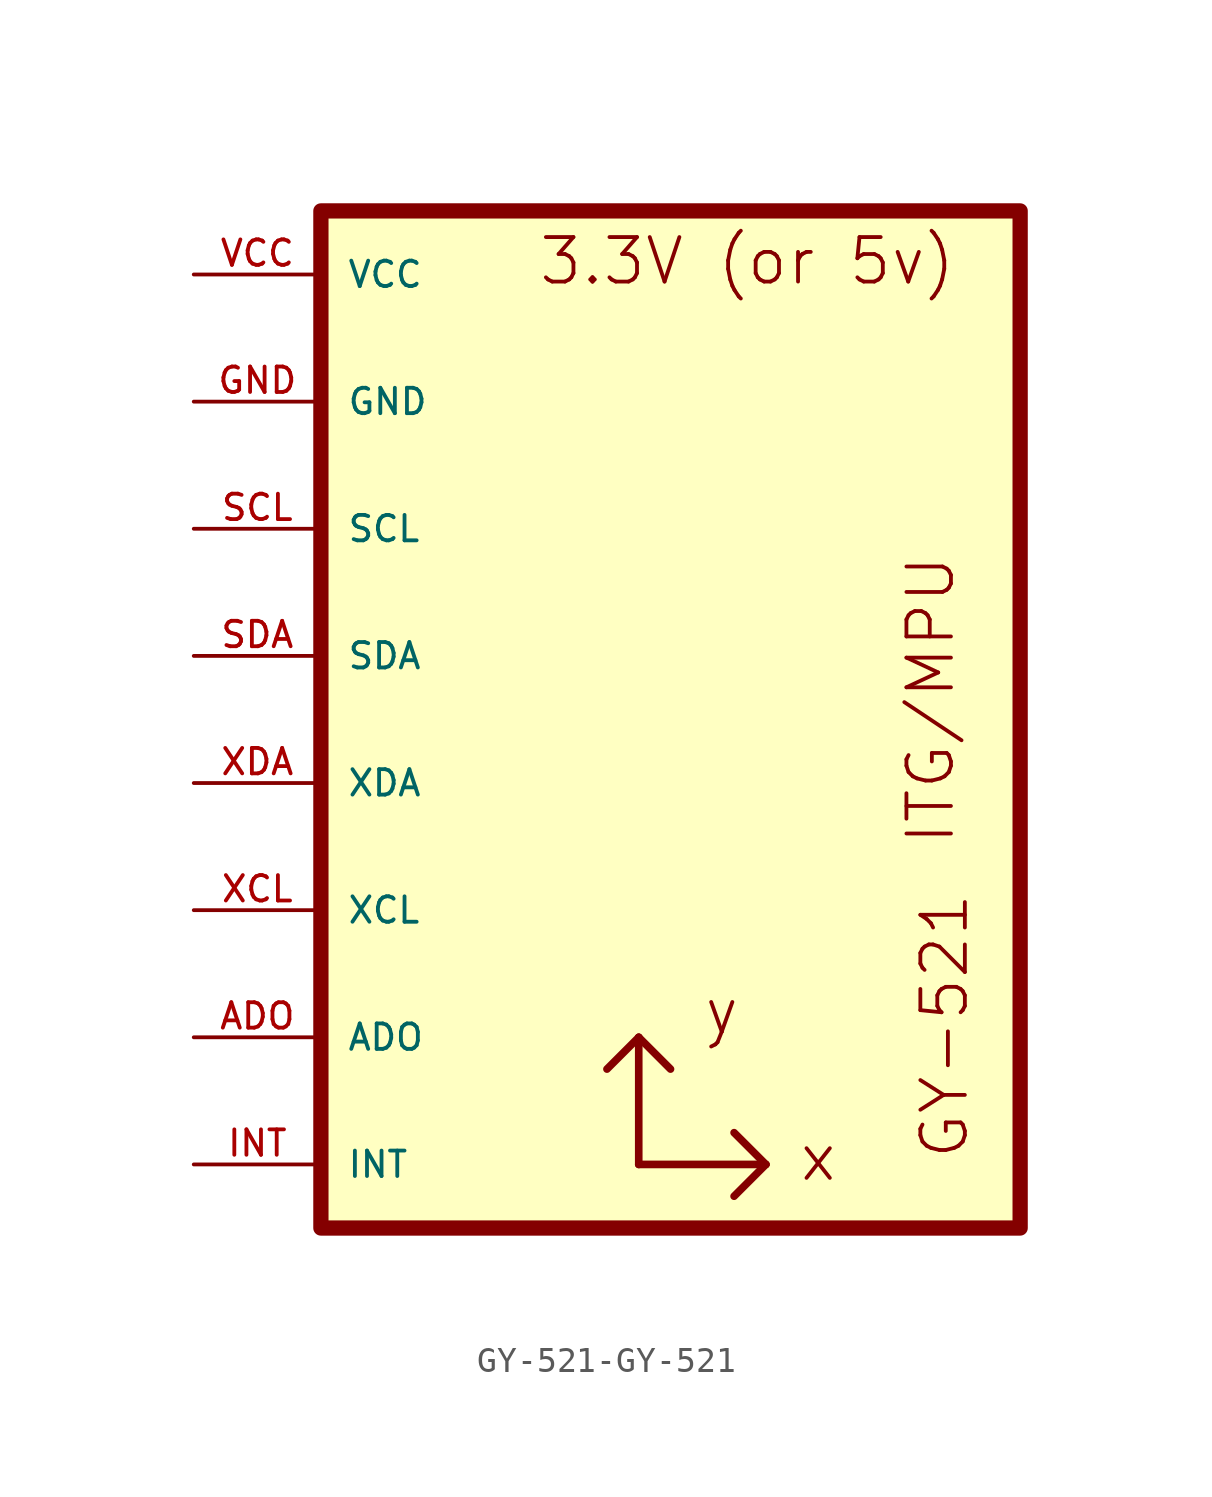
<source format=kicad_sym>
(kicad_symbol_lib
  (version 20220914)
  (generator kicad_symbol_editor)
  (symbol "GY-521-GY-521"
    (pin_names
      (offset 1.016))
    (property "Reference" "U"
      (at 0 0 0)
      (effects (font (size 1.27 1.27)) (justify left bottom) hide))
    (property "ki_locked" ""
      (at 0 0 0)
      (effects (font (size 1.27 1.27))))
    (symbol "GY-521-GY-521_0_0"
      (rectangle (start -10.16 -22.86) (end 17.78 17.78) (stroke (width 0.61) (type solid)) (fill (type background)))
      (polyline (pts (xy 2.54 -20.32) (xy 2.54 -15.24)) (stroke (width 0.305) (type solid)) (fill (type none)))
      (polyline (pts (xy 2.54 -20.32) (xy 7.62 -20.32)) (stroke (width 0.305) (type solid)) (fill (type none)))
      (polyline (pts (xy 2.54 -15.24) (xy 1.27 -16.51)) (stroke (width 0.305) (type solid)) (fill (type none)))
      (polyline (pts (xy 2.54 -15.24) (xy 3.81 -16.51)) (stroke (width 0.305) (type solid)) (fill (type none)))
      (polyline (pts (xy 7.62 -20.32) (xy 6.35 -21.59)) (stroke (width 0.305) (type solid)) (fill (type none)))
      (polyline (pts (xy 7.62 -20.32) (xy 6.35 -19.05)) (stroke (width 0.305) (type solid)) (fill (type none)))
      (text "3.3V (or 5v)" (at -1.524 14.732 0) (effects (font (size 1.778 1.778)) (justify left bottom)))
      (text "GY-521" (at 13.716 -9.398 900) (effects (font (size 1.778 1.778)) (justify right top)))
      (text "ITG/MPU" (at 15.24 -7.62 900) (effects (font (size 1.778 1.778)) (justify left bottom)))
      (text "x" (at 8.89 -21.082 0) (effects (font (size 1.778 1.778)) (justify left bottom)))
      (text "y" (at 5.08 -15.24 0) (effects (font (size 1.778 1.778)) (justify left bottom)))
      (pin bidirectional line (at -15.24 -15.24 0) (length 5.08) (name "ADO" (effects (font (size 1.016 1.016)))) (number "ADO" (effects (font (size 1.016 1.016)))))
      (pin bidirectional line (at -15.24 10.16 0) (length 5.08) (name "GND" (effects (font (size 1.016 1.016)))) (number "GND" (effects (font (size 1.016 1.016)))))
      (pin bidirectional line (at -15.24 -20.32 0) (length 5.08) (name "INT" (effects (font (size 1.016 1.016)))) (number "INT" (effects (font (size 1.016 1.016)))))
      (pin bidirectional line (at -15.24 5.08 0) (length 5.08) (name "SCL" (effects (font (size 1.016 1.016)))) (number "SCL" (effects (font (size 1.016 1.016)))))
      (pin bidirectional line (at -15.24 0 0) (length 5.08) (name "SDA" (effects (font (size 1.016 1.016)))) (number "SDA" (effects (font (size 1.016 1.016)))))
      (pin bidirectional line (at -15.24 15.24 0) (length 5.08) (name "VCC" (effects (font (size 1.016 1.016)))) (number "VCC" (effects (font (size 1.016 1.016)))))
      (pin bidirectional line (at -15.24 -10.16 0) (length 5.08) (name "XCL" (effects (font (size 1.016 1.016)))) (number "XCL" (effects (font (size 1.016 1.016)))))
      (pin bidirectional line (at -15.24 -5.08 0) (length 5.08) (name "XDA" (effects (font (size 1.016 1.016)))) (number "XDA" (effects (font (size 1.016 1.016))))))))
</source>
